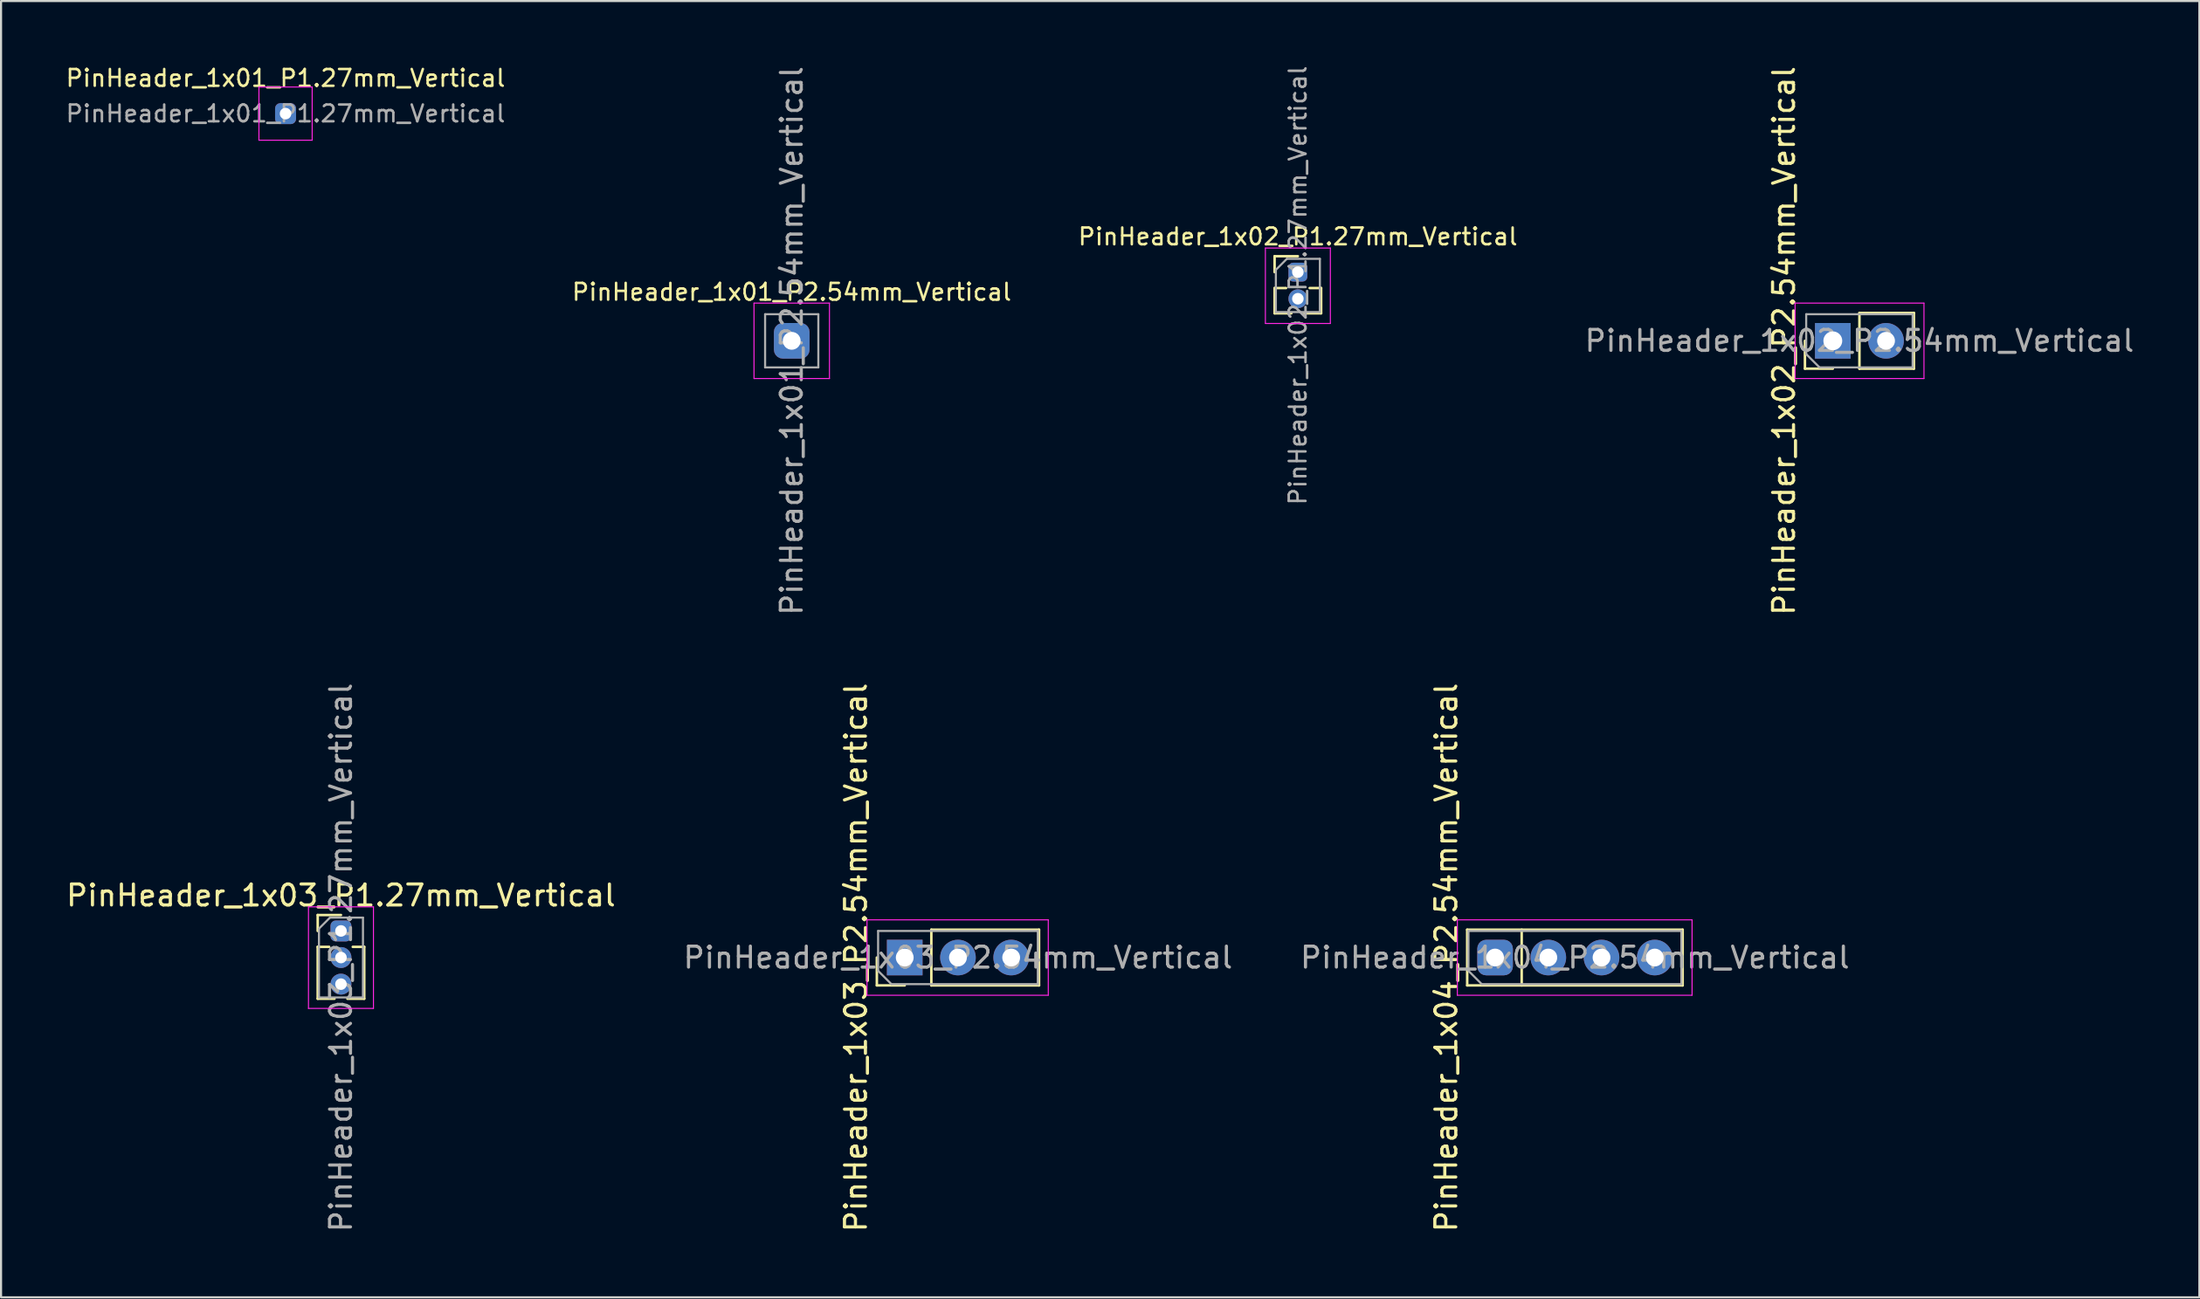
<source format=kicad_pcb>
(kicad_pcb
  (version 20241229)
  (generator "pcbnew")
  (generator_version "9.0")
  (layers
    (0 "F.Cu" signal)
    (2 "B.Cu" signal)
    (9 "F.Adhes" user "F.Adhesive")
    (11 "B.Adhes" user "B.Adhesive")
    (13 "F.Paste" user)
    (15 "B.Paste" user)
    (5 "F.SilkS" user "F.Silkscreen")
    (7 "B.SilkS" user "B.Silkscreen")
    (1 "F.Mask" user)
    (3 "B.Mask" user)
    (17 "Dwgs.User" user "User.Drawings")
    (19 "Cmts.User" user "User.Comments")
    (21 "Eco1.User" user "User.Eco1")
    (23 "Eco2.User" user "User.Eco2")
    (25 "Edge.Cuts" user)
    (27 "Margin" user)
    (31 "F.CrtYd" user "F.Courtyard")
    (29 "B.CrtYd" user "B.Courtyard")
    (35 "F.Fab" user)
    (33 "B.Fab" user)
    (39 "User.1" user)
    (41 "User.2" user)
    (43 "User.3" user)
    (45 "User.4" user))
  (footprint "PinHeader_1x02_P2.54mm_Vertical"
    (layer "F.Cu")
    (at 85.677 13.22)
    (property "Reference" "PinHeader_1x02_P2.54mm_Vertical" (at -3.6 0 90) (layer "F.SilkS") (effects (font (size 1 1) (thickness 0.15))))
    (attr through_hole)
    (fp_line (start -2.6 1.33) (end -2.6 0) (stroke (width 0.12) (type solid)) (layer "F.SilkS"))
    (fp_line (start -1.27 1.33) (end -2.6 1.33) (stroke (width 0.12) (type solid)) (layer "F.SilkS"))
    (fp_line (start 0 -1.33) (end 2.6 -1.33) (stroke (width 0.12) (type solid)) (layer "F.SilkS"))
    (fp_line (start 0 1.33) (end 0 -1.33) (stroke (width 0.12) (type solid)) (layer "F.SilkS"))
    (fp_line (start 0 1.33) (end 2.6 1.33) (stroke (width 0.12) (type solid)) (layer "F.SilkS"))
    (fp_line (start 2.6 1.33) (end 2.6 -1.33) (stroke (width 0.12) (type solid)) (layer "F.SilkS"))
    (fp_line (start -3.07 -1.8) (end -3.07 1.8) (stroke (width 0.05) (type solid)) (layer "F.CrtYd"))
    (fp_line (start -3.07 1.8) (end 3.08 1.8) (stroke (width 0.05) (type solid)) (layer "F.CrtYd"))
    (fp_line (start 3.08 -1.8) (end -3.07 -1.8) (stroke (width 0.05) (type solid)) (layer "F.CrtYd"))
    (fp_line (start 3.08 1.8) (end 3.08 -1.8) (stroke (width 0.05) (type solid)) (layer "F.CrtYd"))
    (fp_line (start -2.54 -1.27) (end 2.54 -1.27) (stroke (width 0.1) (type solid)) (layer "F.Fab"))
    (fp_line (start -2.54 0.635) (end -2.54 -1.27) (stroke (width 0.1) (type solid)) (layer "F.Fab"))
    (fp_line (start -1.905 1.27) (end -2.54 0.635) (stroke (width 0.1) (type solid)) (layer "F.Fab"))
    (fp_line (start 2.54 -1.27) (end 2.54 1.27) (stroke (width 0.1) (type solid)) (layer "F.Fab"))
    (fp_line (start 2.54 1.27) (end -1.905 1.27) (stroke (width 0.1) (type solid)) (layer "F.Fab"))
    (fp_text user "${REFERENCE}" (at 0 0 180) (layer "F.Fab") (effects (font (size 1 1) (thickness 0.15))))
    (pad "1" thru_hole rect (at -1.27 0 90) (size 1.7 1.7) (drill 0.9) (layers "*.Cu" "*.Mask"))
    (pad "2" thru_hole oval (at 1.27 0 90) (size 1.7 1.7) (drill 0.85) (layers "*.Cu" "*.Mask")))
  (footprint "PinHeader_1x04_P2.54mm_Vertical"
    (layer "F.Cu")
    (at 72.101 42.661)
    (property "Reference" "PinHeader_1x04_P2.54mm_Vertical" (at -6.14 0 90) (layer "F.SilkS") (effects (font (size 1 1) (thickness 0.15))))
    (attr through_hole)
    (fp_line (start -5.14 -1.33) (end 5.14 -1.33) (stroke (width 0.12) (type solid)) (layer "F.SilkS"))
    (fp_line (start -5.14 1.33) (end -5.14 -1.33) (stroke (width 0.12) (type solid)) (layer "F.SilkS"))
    (fp_line (start -5.14 1.33) (end 5.14 1.33) (stroke (width 0.12) (type solid)) (layer "F.SilkS"))
    (fp_line (start -2.54 1.33) (end -2.54 -1.33) (stroke (width 0.12) (type solid)) (layer "F.SilkS"))
    (fp_line (start 5.14 1.33) (end 5.14 -1.33) (stroke (width 0.12) (type solid)) (layer "F.SilkS"))
    (fp_line (start -5.61 -1.8) (end -5.61 1.8) (stroke (width 0.05) (type solid)) (layer "F.CrtYd"))
    (fp_line (start -5.61 1.8) (end 5.59 1.8) (stroke (width 0.05) (type solid)) (layer "F.CrtYd"))
    (fp_line (start 5.59 -1.8) (end -5.61 -1.8) (stroke (width 0.05) (type solid)) (layer "F.CrtYd"))
    (fp_line (start 5.59 1.8) (end 5.59 -1.8) (stroke (width 0.05) (type solid)) (layer "F.CrtYd"))
    (fp_line (start -5.08 -1.27) (end 5.08 -1.27) (stroke (width 0.1) (type solid)) (layer "F.Fab"))
    (fp_line (start -5.08 0.635) (end -5.08 -1.27) (stroke (width 0.1) (type solid)) (layer "F.Fab"))
    (fp_line (start -4.445 1.27) (end -5.08 0.635) (stroke (width 0.1) (type solid)) (layer "F.Fab"))
    (fp_line (start 5.08 -1.27) (end 5.08 1.27) (stroke (width 0.1) (type solid)) (layer "F.Fab"))
    (fp_line (start 5.08 1.27) (end -4.445 1.27) (stroke (width 0.1) (type solid)) (layer "F.Fab"))
    (fp_text user "${REFERENCE}" (at 0 0 180) (layer "F.Fab") (effects (font (size 1 1) (thickness 0.15))))
    (pad "1" thru_hole roundrect (at -3.81 0 90) (size 1.7 1.7) (drill 0.85) (layers "*.Cu" "*.Mask") (roundrect_rratio 0.25))
    (pad "2" thru_hole oval (at -1.27 0 90) (size 1.7 1.7) (drill 0.85) (layers "*.Cu" "*.Mask"))
    (pad "3" thru_hole oval (at 1.27 0 90) (size 1.7 1.7) (drill 0.85) (layers "*.Cu" "*.Mask"))
    (pad "4" thru_hole oval (at 3.81 0 90) (size 1.7 1.7) (drill 0.85) (layers "*.Cu" "*.Mask")))
  (footprint "PinHeader_1x01_P2.54mm_Vertical"
    (layer "F.Cu")
    (at 34.729 13.22)
    (property "Reference" "PinHeader_1x01_P2.54mm_Vertical" (at 0 -2.33 0) (layer "F.SilkS") (effects (font (size 0.8 0.8) (thickness 0.12))))
    (attr through_hole)
    (fp_line (start -1.8 -1.8) (end -1.8 1.8) (stroke (width 0.05) (type solid)) (layer "F.CrtYd"))
    (fp_line (start -1.8 1.8) (end 1.8 1.8) (stroke (width 0.05) (type solid)) (layer "F.CrtYd"))
    (fp_line (start 1.8 -1.8) (end -1.8 -1.8) (stroke (width 0.05) (type solid)) (layer "F.CrtYd"))
    (fp_line (start 1.8 1.8) (end 1.8 -1.8) (stroke (width 0.05) (type solid)) (layer "F.CrtYd"))
    (fp_line (start -1.27 -1.27) (end 1.27 -1.27) (stroke (width 0.1) (type solid)) (layer "F.Fab"))
    (fp_line (start -1.27 1.27) (end -1.27 -1.27) (stroke (width 0.1) (type solid)) (layer "F.Fab"))
    (fp_line (start 1.27 -1.27) (end 1.27 1.27) (stroke (width 0.1) (type solid)) (layer "F.Fab"))
    (fp_line (start 1.27 1.27) (end -1.27 1.27) (stroke (width 0.1) (type solid)) (layer "F.Fab"))
    (fp_text user "${REFERENCE}" (at 0 0 90) (layer "F.Fab") (effects (font (size 1 1) (thickness 0.15))))
    (pad "1" thru_hole roundrect (at 0 0) (size 1.7 1.7) (drill 0.85) (layers "*.Cu" "*.Mask") (roundrect_rratio 0.25)))
  (footprint "PinHeader_1x03_P1.27mm_Vertical"
    (layer "F.Cu")
    (at 13.22 41.391)
    (property "Reference" "PinHeader_1x03_P1.27mm_Vertical" (at 0 -1.695 0) (layer "F.SilkS") (effects (font (size 1 1) (thickness 0.15))))
    (attr through_hole)
    (fp_line (start -1.11 -0.76) (end 0 -0.76) (stroke (width 0.12) (type solid)) (layer "F.SilkS"))
    (fp_line (start -1.11 0) (end -1.11 -0.76) (stroke (width 0.12) (type solid)) (layer "F.SilkS"))
    (fp_line (start -1.11 0.76) (end -1.11 3.235) (stroke (width 0.12) (type solid)) (layer "F.SilkS"))
    (fp_line (start -1.11 0.76) (end -0.563 0.76) (stroke (width 0.12) (type solid)) (layer "F.SilkS"))
    (fp_line (start -1.11 3.235) (end -0.308 3.235) (stroke (width 0.12) (type solid)) (layer "F.SilkS"))
    (fp_line (start 0.308 3.235) (end 1.11 3.235) (stroke (width 0.12) (type solid)) (layer "F.SilkS"))
    (fp_line (start 0.563 0.76) (end 1.11 0.76) (stroke (width 0.12) (type solid)) (layer "F.SilkS"))
    (fp_line (start 1.11 0.76) (end 1.11 3.235) (stroke (width 0.12) (type solid)) (layer "F.SilkS"))
    (fp_line (start -1.55 -1.15) (end -1.55 3.7) (stroke (width 0.05) (type solid)) (layer "F.CrtYd"))
    (fp_line (start -1.55 3.7) (end 1.55 3.7) (stroke (width 0.05) (type solid)) (layer "F.CrtYd"))
    (fp_line (start 1.55 -1.15) (end -1.55 -1.15) (stroke (width 0.05) (type solid)) (layer "F.CrtYd"))
    (fp_line (start 1.55 3.7) (end 1.55 -1.15) (stroke (width 0.05) (type solid)) (layer "F.CrtYd"))
    (fp_line (start -1.05 -0.11) (end -0.525 -0.635) (stroke (width 0.1) (type solid)) (layer "F.Fab"))
    (fp_line (start -1.05 3.175) (end -1.05 -0.11) (stroke (width 0.1) (type solid)) (layer "F.Fab"))
    (fp_line (start -0.525 -0.635) (end 1.05 -0.635) (stroke (width 0.1) (type solid)) (layer "F.Fab"))
    (fp_line (start 1.05 -0.635) (end 1.05 3.175) (stroke (width 0.1) (type solid)) (layer "F.Fab"))
    (fp_line (start 1.05 3.175) (end -1.05 3.175) (stroke (width 0.1) (type solid)) (layer "F.Fab"))
    (fp_text user "${REFERENCE}" (at 0 1.27 90) (layer "F.Fab") (effects (font (size 1 1) (thickness 0.15))))
    (pad "1" thru_hole roundrect (at 0 0) (size 1 1) (drill 0.55) (layers "*.Cu" "*.Mask") (roundrect_rratio 0.25))
    (pad "2" thru_hole oval (at 0 1.27) (size 1 1) (drill 0.55) (layers "*.Cu" "*.Mask"))
    (pad "3" thru_hole oval (at 0 2.54) (size 1 1) (drill 0.55) (layers "*.Cu" "*.Mask")))
  (footprint "PinHeader_1x01_P1.27mm_Vertical"
    (layer "F.Cu")
    (at 10.576 2.374)
    (property "Reference" "PinHeader_1x01_P1.27mm_Vertical" (at 0 -1.695 0) (layer "F.SilkS") (effects (font (size 0.8 0.8) (thickness 0.12))))
    (attr through_hole)
    (fp_line (start -1.27 -1.27) (end -1.27 1.27) (stroke (width 0.05) (type solid)) (layer "F.CrtYd"))
    (fp_line (start -1.27 1.27) (end 1.27 1.27) (stroke (width 0.05) (type solid)) (layer "F.CrtYd"))
    (fp_line (start 1.27 -1.27) (end -1.27 -1.27) (stroke (width 0.05) (type solid)) (layer "F.CrtYd"))
    (fp_line (start 1.27 1.27) (end 1.27 -1.27) (stroke (width 0.05) (type solid)) (layer "F.CrtYd"))
    (fp_text user "${REFERENCE}" (at 0 0 180) (layer "F.Fab") (effects (font (size 0.8 0.8) (thickness 0.12))))
    (pad "1" thru_hole roundrect (at 0 0) (size 1 1) (drill 0.55) (layers "*.Cu" "*.Mask") (roundrect_rratio 0.25)))
  (footprint "PinHeader_1x03_P2.54mm_Vertical"
    (layer "F.Cu")
    (at 42.661 42.661)
    (property "Reference" "PinHeader_1x03_P2.54mm_Vertical" (at -4.87 0 90) (layer "F.SilkS") (effects (font (size 1 1) (thickness 0.15))))
    (attr through_hole)
    (fp_line (start -3.87 1.33) (end -3.87 0) (stroke (width 0.12) (type solid)) (layer "F.SilkS"))
    (fp_line (start -2.54 1.33) (end -3.87 1.33) (stroke (width 0.12) (type solid)) (layer "F.SilkS"))
    (fp_line (start -1.27 -1.33) (end 3.87 -1.33) (stroke (width 0.12) (type solid)) (layer "F.SilkS"))
    (fp_line (start -1.27 1.33) (end -1.27 -1.33) (stroke (width 0.12) (type solid)) (layer "F.SilkS"))
    (fp_line (start -1.27 1.33) (end 3.87 1.33) (stroke (width 0.12) (type solid)) (layer "F.SilkS"))
    (fp_line (start 3.87 1.33) (end 3.87 -1.33) (stroke (width 0.12) (type solid)) (layer "F.SilkS"))
    (fp_line (start -4.34 -1.8) (end -4.34 1.8) (stroke (width 0.05) (type solid)) (layer "F.CrtYd"))
    (fp_line (start -4.34 1.8) (end 4.31 1.8) (stroke (width 0.05) (type solid)) (layer "F.CrtYd"))
    (fp_line (start 4.31 -1.8) (end -4.34 -1.8) (stroke (width 0.05) (type solid)) (layer "F.CrtYd"))
    (fp_line (start 4.31 1.8) (end 4.31 -1.8) (stroke (width 0.05) (type solid)) (layer "F.CrtYd"))
    (fp_line (start -3.81 -1.27) (end 3.81 -1.27) (stroke (width 0.1) (type solid)) (layer "F.Fab"))
    (fp_line (start -3.81 0.635) (end -3.81 -1.27) (stroke (width 0.1) (type solid)) (layer "F.Fab"))
    (fp_line (start -3.175 1.27) (end -3.81 0.635) (stroke (width 0.1) (type solid)) (layer "F.Fab"))
    (fp_line (start 3.81 -1.27) (end 3.81 1.27) (stroke (width 0.1) (type solid)) (layer "F.Fab"))
    (fp_line (start 3.81 1.27) (end -3.175 1.27) (stroke (width 0.1) (type solid)) (layer "F.Fab"))
    (fp_text user "${REFERENCE}" (at 0 0 180) (layer "F.Fab") (effects (font (size 1 1) (thickness 0.15))))
    (pad "1" thru_hole rect (at -2.54 0 90) (size 1.7 1.7) (drill 0.85) (layers "*.Cu" "*.Mask"))
    (pad "2" thru_hole oval (at 0 0 90) (size 1.7 1.7) (drill 0.85) (layers "*.Cu" "*.Mask"))
    (pad "3" thru_hole oval (at 2.54 0 90) (size 1.7 1.7) (drill 0.85) (layers "*.Cu" "*.Mask")))
  (footprint "PinHeader_1x02_P1.27mm_Vertical"
    (layer "F.Cu")
    (at 58.881 9.941)
    (property "Reference" "PinHeader_1x02_P1.27mm_Vertical" (at 0 -1.695 0) (layer "F.SilkS") (effects (font (size 0.8 0.8) (thickness 0.12))))
    (attr through_hole)
    (fp_line (start -1.11 -0.76) (end 0 -0.76) (stroke (width 0.12) (type solid)) (layer "F.SilkS"))
    (fp_line (start -1.11 0) (end -1.11 -0.76) (stroke (width 0.12) (type solid)) (layer "F.SilkS"))
    (fp_line (start -1.11 0.76) (end -1.11 1.965) (stroke (width 0.12) (type solid)) (layer "F.SilkS"))
    (fp_line (start -1.11 0.76) (end -0.563 0.76) (stroke (width 0.12) (type solid)) (layer "F.SilkS"))
    (fp_line (start -1.11 1.965) (end -0.308 1.965) (stroke (width 0.12) (type solid)) (layer "F.SilkS"))
    (fp_line (start 0.308 1.965) (end 1.11 1.965) (stroke (width 0.12) (type solid)) (layer "F.SilkS"))
    (fp_line (start 0.563 0.76) (end 1.11 0.76) (stroke (width 0.12) (type solid)) (layer "F.SilkS"))
    (fp_line (start 1.11 0.76) (end 1.11 1.965) (stroke (width 0.12) (type solid)) (layer "F.SilkS"))
    (fp_line (start -1.55 -1.15) (end -1.55 2.45) (stroke (width 0.05) (type solid)) (layer "F.CrtYd"))
    (fp_line (start -1.55 2.45) (end 1.55 2.45) (stroke (width 0.05) (type solid)) (layer "F.CrtYd"))
    (fp_line (start 1.55 -1.15) (end -1.55 -1.15) (stroke (width 0.05) (type solid)) (layer "F.CrtYd"))
    (fp_line (start 1.55 2.45) (end 1.55 -1.15) (stroke (width 0.05) (type solid)) (layer "F.CrtYd"))
    (fp_line (start -1.05 -0.11) (end -0.525 -0.635) (stroke (width 0.1) (type solid)) (layer "F.Fab"))
    (fp_line (start -1.05 1.905) (end -1.05 -0.11) (stroke (width 0.1) (type solid)) (layer "F.Fab"))
    (fp_line (start -0.525 -0.635) (end 1.05 -0.635) (stroke (width 0.1) (type solid)) (layer "F.Fab"))
    (fp_line (start 1.05 -0.635) (end 1.05 1.905) (stroke (width 0.1) (type solid)) (layer "F.Fab"))
    (fp_line (start 1.05 1.905) (end -1.05 1.905) (stroke (width 0.1) (type solid)) (layer "F.Fab"))
    (fp_text user "${REFERENCE}" (at 0 0.635 90) (layer "F.Fab") (effects (font (size 0.8 0.8) (thickness 0.12))))
    (pad "1" thru_hole roundrect (at 0 0) (size 0.9 0.9) (drill 0.55) (layers "*.Cu" "*.Mask") (roundrect_rratio 0.25))
    (pad "2" thru_hole circle (at 0 1.27) (size 0.9 0.9) (drill 0.55) (layers "*.Cu" "*.Mask")))
  (gr_rect
    (start -3 -3)
    (end 101.898 58.881)
    (stroke (width 0.1) (type default))
    (fill no)
    (layer "Edge.Cuts")))
</source>
